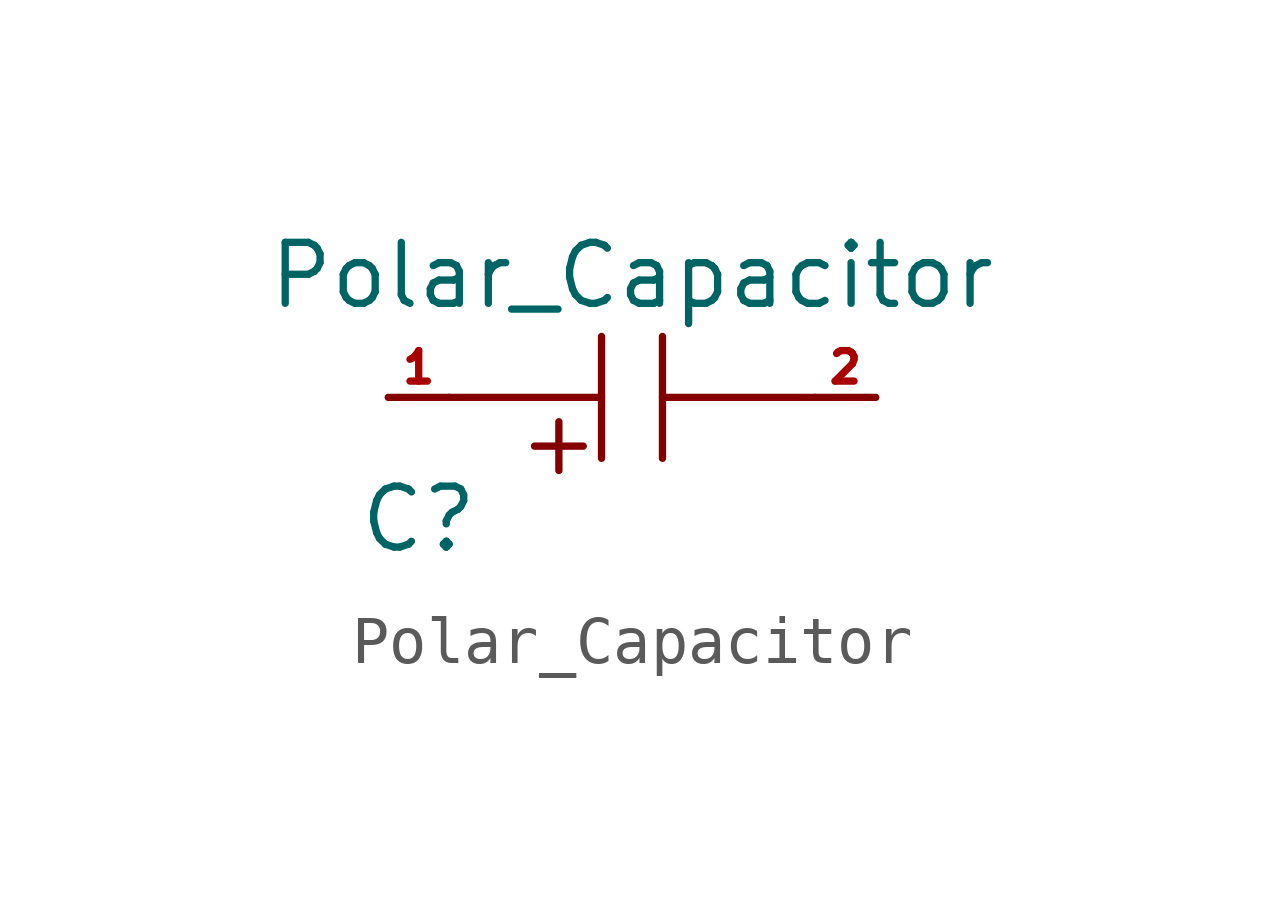
<source format=kicad_sym>
(kicad_symbol_lib
  (version 20211014)
  (generator kicad_symbol_editor)
  (symbol "Polar_Capacitor"
    (pin_names
      (offset 1.016))
    (property "Reference" "C"
      (at -4.445 -2.54 0)
      (effects (font (size 1.27 1.27))))
    (property "Value" "Polar_Capacitor"
      (at 0 2.54 0)
      (effects (font (size 1.27 1.27))))
    (symbol "Polar_Capacitor_0_1"
      (polyline (pts (xy -2.032 -1.016) (xy -1.016 -1.016)) (stroke (width 0) (type default) (color 0 0 0 0)) (fill (type none)))
      (polyline (pts (xy -1.524 -0.508) (xy -1.524 -1.524)) (stroke (width 0) (type default) (color 0 0 0 0)) (fill (type none)))
      (polyline (pts (xy 0.635 1.27) (xy 0.635 -1.27)) (stroke (width 0) (type default) (color 0 0 0 0)) (fill (type none))))
    (symbol "Polar_Capacitor_1_1"
      (polyline (pts (xy -3.81 0) (xy -0.635 0)) (stroke (width 0) (type default) (color 0 0 0 0)) (fill (type none)))
      (polyline (pts (xy -0.635 1.27) (xy -0.635 -1.27)) (stroke (width 0) (type default) (color 0 0 0 0)) (fill (type none)))
      (polyline (pts (xy 0.635 0) (xy 3.81 0)) (stroke (width 0) (type default) (color 0 0 0 0)) (fill (type none)))
      (pin passive line (at -5.08 0 0) (length 1.27) (name "~" (effects (font (size 0.635 0.635)))) (number "1" (effects (font (size 0.635 0.635)))))
      (pin passive line (at 5.08 0 180) (length 1.27) (name "~" (effects (font (size 0.635 0.635)))) (number "2" (effects (font (size 0.635 0.635))))))))
</source>
